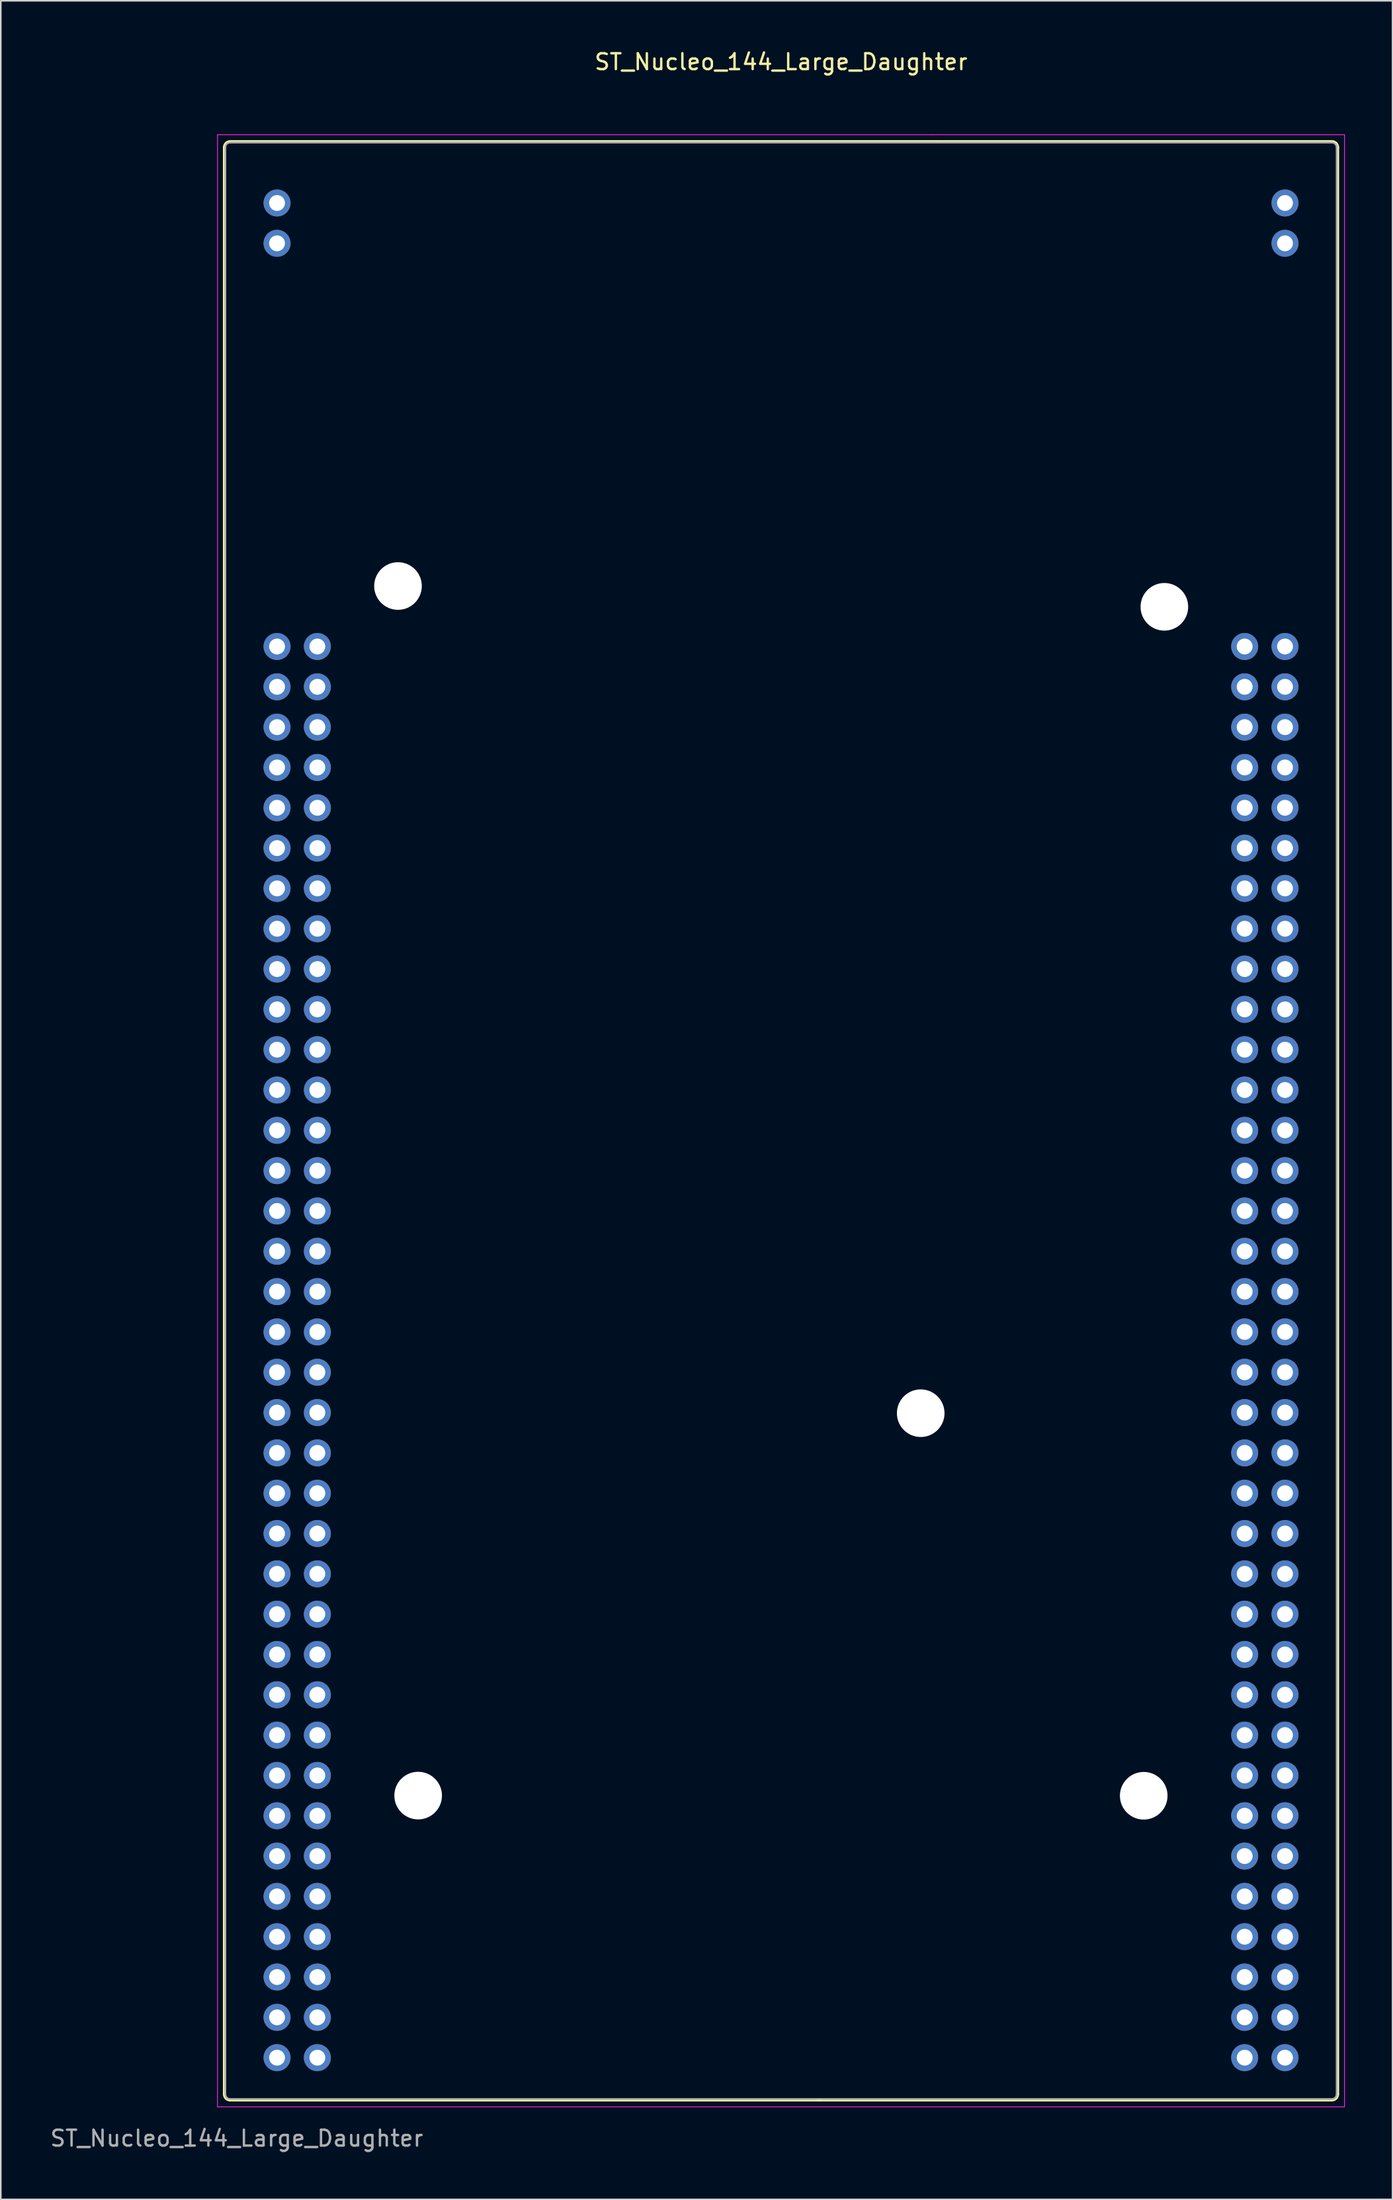
<source format=kicad_pcb>
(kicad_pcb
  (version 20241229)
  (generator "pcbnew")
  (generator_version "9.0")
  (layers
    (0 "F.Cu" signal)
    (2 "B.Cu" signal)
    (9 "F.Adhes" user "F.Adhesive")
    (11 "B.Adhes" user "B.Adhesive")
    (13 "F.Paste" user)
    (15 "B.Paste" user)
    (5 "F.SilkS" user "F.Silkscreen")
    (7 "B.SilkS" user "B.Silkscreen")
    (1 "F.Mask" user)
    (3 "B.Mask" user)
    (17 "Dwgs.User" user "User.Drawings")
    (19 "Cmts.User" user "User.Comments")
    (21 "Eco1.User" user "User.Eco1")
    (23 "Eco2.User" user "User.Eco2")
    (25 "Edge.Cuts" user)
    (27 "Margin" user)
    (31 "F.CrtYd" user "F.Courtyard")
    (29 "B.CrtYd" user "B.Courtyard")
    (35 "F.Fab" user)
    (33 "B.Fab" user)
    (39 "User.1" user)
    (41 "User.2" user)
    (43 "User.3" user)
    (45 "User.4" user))
  (footprint "ST_Nucleo_144_Large_Daughter"
    (layer "F.Cu")
    (at 14.403 37.678)
    (property "Reference" "ST_Nucleo_144_Large_Daughter" (at 31.75 -36.83 0) (layer "F.SilkS") (effects (font (size 1 1) (thickness 0.15))))
    (attr through_hole)
    (fp_line (start -3.35 -31.44) (end -3.35 91.2) (stroke (width 0.12) (type solid)) (layer "F.SilkS"))
    (fp_line (start 34.051 91.6) (end 66.45 91.6) (stroke (width 0.12) (type solid)) (layer "F.SilkS"))
    (fp_line (start 34.29 91.6) (end -2.95 91.6) (stroke (width 0.12) (type solid)) (layer "F.SilkS"))
    (fp_line (start 41.64 -31.84) (end -2.95 -31.84) (stroke (width 0.12) (type solid)) (layer "F.SilkS"))
    (fp_line (start 41.656 -31.84) (end 66.45 -31.84) (stroke (width 0.12) (type solid)) (layer "F.SilkS"))
    (fp_line (start 66.85 91.2) (end 66.85 -31.44) (stroke (width 0.12) (type solid)) (layer "F.SilkS"))
    (fp_arc (start -3.35 -31.44) (mid -3.232843 -31.722843) (end -2.95 -31.84) (stroke (width 0.12) (type solid)) (layer "F.SilkS"))
    (fp_arc (start -2.95 91.6) (mid -3.232843 91.482843) (end -3.35 91.2) (stroke (width 0.12) (type solid)) (layer "F.SilkS"))
    (fp_arc (start 66.45 -31.84) (mid 66.732843 -31.722843) (end 66.85 -31.44) (stroke (width 0.12) (type solid)) (layer "F.SilkS"))
    (fp_arc (start 66.85 91.2) (mid 66.732843 91.482843) (end 66.45 91.6) (stroke (width 0.12) (type solid)) (layer "F.SilkS"))
    (fp_line (start -3.75 -32.24) (end -3.75 92) (stroke (width 0.05) (type solid)) (layer "F.CrtYd"))
    (fp_line (start -3.75 92) (end 67.237 92) (stroke (width 0.05) (type solid)) (layer "F.CrtYd"))
    (fp_line (start 41.25 -32.24) (end 67.25 -32.24) (stroke (width 0.05) (type solid)) (layer "F.CrtYd"))
    (fp_line (start 41.25 -32.24) (end -3.75 -32.24) (stroke (width 0.05) (type solid)) (layer "F.CrtYd"))
    (fp_line (start 67.25 92) (end 67.25 -32.24) (stroke (width 0.05) (type solid)) (layer "F.CrtYd"))
    (fp_line (start -3.25 91.2) (end -3.25 -31.44) (stroke (width 0.1) (type solid)) (layer "F.Fab"))
    (fp_line (start 66.45 -31.74) (end -2.95 -31.74) (stroke (width 0.1) (type solid)) (layer "F.Fab"))
    (fp_line (start 66.45 91.5) (end -2.95 91.5) (stroke (width 0.1) (type solid)) (layer "F.Fab"))
    (fp_line (start 66.75 91.2) (end 66.75 -31.44) (stroke (width 0.1) (type solid)) (layer "F.Fab"))
    (fp_arc (start -3.25 -31.44) (mid -3.162132 -31.652132) (end -2.95 -31.74) (stroke (width 0.1) (type solid)) (layer "F.Fab"))
    (fp_arc (start -2.95 91.5) (mid -3.162132 91.412132) (end -3.25 91.2) (stroke (width 0.1) (type solid)) (layer "F.Fab"))
    (fp_arc (start 66.45 -31.74) (mid 66.662132 -31.652132) (end 66.75 -31.44) (stroke (width 0.1) (type solid)) (layer "F.Fab"))
    (fp_arc (start 66.75 91.2) (mid 66.662132 91.412132) (end 66.45 91.5) (stroke (width 0.1) (type solid)) (layer "F.Fab"))
    (fp_text user "${REFERENCE}" (at -2.54 93.98 0) (layer "F.Fab") (effects (font (size 1 1) (thickness 0.15))))
    (pad "" np_thru_hole circle (at 7.62 -3.81) (size 3 3) (drill 3) (layers "*.Cu" "*.Mask"))
    (pad "" np_thru_hole circle (at 8.89 72.39) (size 3 3) (drill 3) (layers "*.Cu" "*.Mask"))
    (pad "" np_thru_hole circle (at 40.55 48.3) (size 3 3) (drill 3) (layers "*.Cu" "*.Mask"))
    (pad "" np_thru_hole circle (at 54.6 72.4) (size 3 3) (drill 3) (layers "*.Cu" "*.Mask"))
    (pad "" np_thru_hole circle (at 55.9 -2.5) (size 3 3) (drill 3) (layers "*.Cu" "*.Mask"))
    (pad "1" thru_hole circle (at 0 0) (size 1.7 1.7) (drill 1) (layers "*.Cu" "*.Mask"))
    (pad "2" thru_hole circle (at 2.54 0) (size 1.7 1.7) (drill 1) (layers "*.Cu" "*.Mask"))
    (pad "3" thru_hole circle (at 0 2.54) (size 1.7 1.7) (drill 1) (layers "*.Cu" "*.Mask"))
    (pad "4" thru_hole circle (at 2.54 2.54) (size 1.7 1.7) (drill 1) (layers "*.Cu" "*.Mask"))
    (pad "5" thru_hole circle (at 0 5.08) (size 1.7 1.7) (drill 1) (layers "*.Cu" "*.Mask"))
    (pad "6" thru_hole circle (at 2.54 5.08) (size 1.7 1.7) (drill 1) (layers "*.Cu" "*.Mask"))
    (pad "7" thru_hole circle (at 0 7.62) (size 1.7 1.7) (drill 1) (layers "*.Cu" "*.Mask"))
    (pad "8" thru_hole circle (at 2.54 7.62) (size 1.7 1.7) (drill 1) (layers "*.Cu" "*.Mask"))
    (pad "9" thru_hole circle (at 0 10.16) (size 1.7 1.7) (drill 1) (layers "*.Cu" "*.Mask"))
    (pad "10" thru_hole circle (at 2.54 10.16) (size 1.7 1.7) (drill 1) (layers "*.Cu" "*.Mask"))
    (pad "11" thru_hole circle (at 0 12.7) (size 1.7 1.7) (drill 1) (layers "*.Cu" "*.Mask"))
    (pad "12" thru_hole circle (at 2.54 12.7) (size 1.7 1.7) (drill 1) (layers "*.Cu" "*.Mask"))
    (pad "13" thru_hole circle (at 0 15.24) (size 1.7 1.7) (drill 1) (layers "*.Cu" "*.Mask"))
    (pad "14" thru_hole circle (at 2.54 15.24) (size 1.7 1.7) (drill 1) (layers "*.Cu" "*.Mask"))
    (pad "15" thru_hole circle (at 0 17.78) (size 1.7 1.7) (drill 1) (layers "*.Cu" "*.Mask"))
    (pad "16" thru_hole circle (at 2.54 17.78) (size 1.7 1.7) (drill 1) (layers "*.Cu" "*.Mask"))
    (pad "17" thru_hole circle (at 0 20.32) (size 1.7 1.7) (drill 1) (layers "*.Cu" "*.Mask"))
    (pad "18" thru_hole circle (at 2.54 20.32) (size 1.7 1.7) (drill 1) (layers "*.Cu" "*.Mask"))
    (pad "19" thru_hole circle (at 0 22.86) (size 1.7 1.7) (drill 1) (layers "*.Cu" "*.Mask"))
    (pad "20" thru_hole circle (at 2.54 22.86) (size 1.7 1.7) (drill 1) (layers "*.Cu" "*.Mask"))
    (pad "21" thru_hole circle (at 0 25.4) (size 1.7 1.7) (drill 1) (layers "*.Cu" "*.Mask"))
    (pad "22" thru_hole circle (at 2.54 25.4) (size 1.7 1.7) (drill 1) (layers "*.Cu" "*.Mask"))
    (pad "23" thru_hole circle (at 0 27.94) (size 1.7 1.7) (drill 1) (layers "*.Cu" "*.Mask"))
    (pad "24" thru_hole circle (at 2.54 27.94) (size 1.7 1.7) (drill 1) (layers "*.Cu" "*.Mask"))
    (pad "25" thru_hole circle (at 0 30.48) (size 1.7 1.7) (drill 1) (layers "*.Cu" "*.Mask"))
    (pad "26" thru_hole circle (at 2.54 30.48) (size 1.7 1.7) (drill 1) (layers "*.Cu" "*.Mask"))
    (pad "27" thru_hole circle (at 0 33.02) (size 1.7 1.7) (drill 1) (layers "*.Cu" "*.Mask"))
    (pad "28" thru_hole circle (at 2.54 33.02) (size 1.7 1.7) (drill 1) (layers "*.Cu" "*.Mask"))
    (pad "29" thru_hole circle (at 0 35.56) (size 1.7 1.7) (drill 1) (layers "*.Cu" "*.Mask"))
    (pad "30" thru_hole circle (at 2.54 35.56) (size 1.7 1.7) (drill 1) (layers "*.Cu" "*.Mask"))
    (pad "31" thru_hole circle (at 0 38.1) (size 1.7 1.7) (drill 1) (layers "*.Cu" "*.Mask"))
    (pad "32" thru_hole circle (at 2.54 38.1) (size 1.7 1.7) (drill 1) (layers "*.Cu" "*.Mask"))
    (pad "33" thru_hole circle (at 0 40.64) (size 1.7 1.7) (drill 1) (layers "*.Cu" "*.Mask"))
    (pad "34" thru_hole circle (at 2.54 40.64) (size 1.7 1.7) (drill 1) (layers "*.Cu" "*.Mask"))
    (pad "35" thru_hole circle (at 0 43.18) (size 1.7 1.7) (drill 1) (layers "*.Cu" "*.Mask"))
    (pad "36" thru_hole circle (at 2.54 43.18) (size 1.7 1.7) (drill 1) (layers "*.Cu" "*.Mask"))
    (pad "37" thru_hole circle (at 0 45.72) (size 1.7 1.7) (drill 1) (layers "*.Cu" "*.Mask"))
    (pad "38" thru_hole circle (at 2.54 45.72) (size 1.7 1.7) (drill 1) (layers "*.Cu" "*.Mask"))
    (pad "39" thru_hole circle (at 0 48.26) (size 1.7 1.7) (drill 1) (layers "*.Cu" "*.Mask"))
    (pad "40" thru_hole circle (at 2.54 48.26) (size 1.7 1.7) (drill 1) (layers "*.Cu" "*.Mask"))
    (pad "41" thru_hole circle (at 0 50.8) (size 1.7 1.7) (drill 1) (layers "*.Cu" "*.Mask"))
    (pad "42" thru_hole circle (at 2.54 50.8) (size 1.7 1.7) (drill 1) (layers "*.Cu" "*.Mask"))
    (pad "43" thru_hole circle (at 0 53.34) (size 1.7 1.7) (drill 1) (layers "*.Cu" "*.Mask"))
    (pad "44" thru_hole circle (at 2.54 53.34) (size 1.7 1.7) (drill 1) (layers "*.Cu" "*.Mask"))
    (pad "45" thru_hole circle (at 0 55.88) (size 1.7 1.7) (drill 1) (layers "*.Cu" "*.Mask"))
    (pad "46" thru_hole circle (at 2.54 55.88) (size 1.7 1.7) (drill 1) (layers "*.Cu" "*.Mask"))
    (pad "47" thru_hole circle (at 0 58.42) (size 1.7 1.7) (drill 1) (layers "*.Cu" "*.Mask"))
    (pad "48" thru_hole circle (at 2.54 58.42) (size 1.7 1.7) (drill 1) (layers "*.Cu" "*.Mask"))
    (pad "49" thru_hole circle (at 0 60.96) (size 1.7 1.7) (drill 1) (layers "*.Cu" "*.Mask"))
    (pad "50" thru_hole circle (at 2.54 60.96) (size 1.7 1.7) (drill 1) (layers "*.Cu" "*.Mask"))
    (pad "51" thru_hole circle (at 0 63.5) (size 1.7 1.7) (drill 1) (layers "*.Cu" "*.Mask"))
    (pad "52" thru_hole circle (at 2.54 63.5) (size 1.7 1.7) (drill 1) (layers "*.Cu" "*.Mask"))
    (pad "53" thru_hole circle (at 0 66.04) (size 1.7 1.7) (drill 1) (layers "*.Cu" "*.Mask"))
    (pad "54" thru_hole circle (at 2.54 66.04) (size 1.7 1.7) (drill 1) (layers "*.Cu" "*.Mask"))
    (pad "55" thru_hole circle (at 0 68.58) (size 1.7 1.7) (drill 1) (layers "*.Cu" "*.Mask"))
    (pad "56" thru_hole circle (at 2.54 68.58) (size 1.7 1.7) (drill 1) (layers "*.Cu" "*.Mask"))
    (pad "57" thru_hole circle (at 0 71.12) (size 1.7 1.7) (drill 1) (layers "*.Cu" "*.Mask"))
    (pad "58" thru_hole circle (at 2.54 71.12) (size 1.7 1.7) (drill 1) (layers "*.Cu" "*.Mask"))
    (pad "59" thru_hole circle (at 0 73.66) (size 1.7 1.7) (drill 1) (layers "*.Cu" "*.Mask"))
    (pad "60" thru_hole circle (at 2.54 73.66) (size 1.7 1.7) (drill 1) (layers "*.Cu" "*.Mask"))
    (pad "61" thru_hole circle (at 0 76.2) (size 1.7 1.7) (drill 1) (layers "*.Cu" "*.Mask"))
    (pad "62" thru_hole circle (at 2.54 76.2) (size 1.7 1.7) (drill 1) (layers "*.Cu" "*.Mask"))
    (pad "63" thru_hole circle (at 0 78.74) (size 1.7 1.7) (drill 1) (layers "*.Cu" "*.Mask"))
    (pad "64" thru_hole circle (at 2.54 78.74) (size 1.7 1.7) (drill 1) (layers "*.Cu" "*.Mask"))
    (pad "65" thru_hole circle (at 0 81.28) (size 1.7 1.7) (drill 1) (layers "*.Cu" "*.Mask"))
    (pad "66" thru_hole circle (at 2.54 81.28) (size 1.7 1.7) (drill 1) (layers "*.Cu" "*.Mask"))
    (pad "67" thru_hole circle (at 0 83.82) (size 1.7 1.7) (drill 1) (layers "*.Cu" "*.Mask"))
    (pad "68" thru_hole circle (at 2.54 83.82) (size 1.7 1.7) (drill 1) (layers "*.Cu" "*.Mask"))
    (pad "69" thru_hole circle (at 0 86.36) (size 1.7 1.7) (drill 1) (layers "*.Cu" "*.Mask"))
    (pad "70" thru_hole circle (at 2.54 86.36) (size 1.7 1.7) (drill 1) (layers "*.Cu" "*.Mask"))
    (pad "71" thru_hole circle (at 0 88.9) (size 1.7 1.7) (drill 1) (layers "*.Cu" "*.Mask"))
    (pad "72" thru_hole circle (at 2.54 88.9) (size 1.7 1.7) (drill 1) (layers "*.Cu" "*.Mask"))
    (pad "73" thru_hole circle (at 60.96 0) (size 1.7 1.7) (drill 1) (layers "*.Cu" "*.Mask"))
    (pad "74" thru_hole circle (at 63.5 0) (size 1.7 1.7) (drill 1) (layers "*.Cu" "*.Mask"))
    (pad "75" thru_hole circle (at 60.96 2.54) (size 1.7 1.7) (drill 1) (layers "*.Cu" "*.Mask"))
    (pad "76" thru_hole circle (at 63.5 2.54) (size 1.7 1.7) (drill 1) (layers "*.Cu" "*.Mask"))
    (pad "77" thru_hole circle (at 60.96 5.08) (size 1.7 1.7) (drill 1) (layers "*.Cu" "*.Mask"))
    (pad "78" thru_hole circle (at 63.5 5.08) (size 1.7 1.7) (drill 1) (layers "*.Cu" "*.Mask"))
    (pad "79" thru_hole circle (at 60.96 7.62) (size 1.7 1.7) (drill 1) (layers "*.Cu" "*.Mask"))
    (pad "80" thru_hole circle (at 63.5 7.62) (size 1.7 1.7) (drill 1) (layers "*.Cu" "*.Mask"))
    (pad "81" thru_hole circle (at 60.96 10.16) (size 1.7 1.7) (drill 1) (layers "*.Cu" "*.Mask"))
    (pad "82" thru_hole circle (at 63.5 10.16) (size 1.7 1.7) (drill 1) (layers "*.Cu" "*.Mask"))
    (pad "83" thru_hole circle (at 60.96 12.7) (size 1.7 1.7) (drill 1) (layers "*.Cu" "*.Mask"))
    (pad "84" thru_hole circle (at 63.5 12.7) (size 1.7 1.7) (drill 1) (layers "*.Cu" "*.Mask"))
    (pad "85" thru_hole circle (at 60.96 15.24) (size 1.7 1.7) (drill 1) (layers "*.Cu" "*.Mask"))
    (pad "86" thru_hole circle (at 63.5 15.24) (size 1.7 1.7) (drill 1) (layers "*.Cu" "*.Mask"))
    (pad "87" thru_hole circle (at 60.96 17.78) (size 1.7 1.7) (drill 1) (layers "*.Cu" "*.Mask"))
    (pad "88" thru_hole circle (at 63.5 17.78) (size 1.7 1.7) (drill 1) (layers "*.Cu" "*.Mask"))
    (pad "89" thru_hole circle (at 60.96 20.32) (size 1.7 1.7) (drill 1) (layers "*.Cu" "*.Mask"))
    (pad "90" thru_hole circle (at 63.5 20.32) (size 1.7 1.7) (drill 1) (layers "*.Cu" "*.Mask"))
    (pad "91" thru_hole circle (at 60.96 22.86) (size 1.7 1.7) (drill 1) (layers "*.Cu" "*.Mask"))
    (pad "92" thru_hole circle (at 63.5 22.86) (size 1.7 1.7) (drill 1) (layers "*.Cu" "*.Mask"))
    (pad "93" thru_hole circle (at 60.96 25.4) (size 1.7 1.7) (drill 1) (layers "*.Cu" "*.Mask"))
    (pad "94" thru_hole circle (at 63.5 25.4) (size 1.7 1.7) (drill 1) (layers "*.Cu" "*.Mask"))
    (pad "95" thru_hole circle (at 60.96 27.94) (size 1.7 1.7) (drill 1) (layers "*.Cu" "*.Mask"))
    (pad "96" thru_hole circle (at 63.5 27.94) (size 1.7 1.7) (drill 1) (layers "*.Cu" "*.Mask"))
    (pad "97" thru_hole circle (at 60.96 30.48) (size 1.7 1.7) (drill 1) (layers "*.Cu" "*.Mask"))
    (pad "98" thru_hole circle (at 63.5 30.48) (size 1.7 1.7) (drill 1) (layers "*.Cu" "*.Mask"))
    (pad "99" thru_hole circle (at 60.96 33.02) (size 1.7 1.7) (drill 1) (layers "*.Cu" "*.Mask"))
    (pad "100" thru_hole circle (at 63.5 33.02) (size 1.7 1.7) (drill 1) (layers "*.Cu" "*.Mask"))
    (pad "101" thru_hole circle (at 60.96 35.56) (size 1.7 1.7) (drill 1) (layers "*.Cu" "*.Mask"))
    (pad "102" thru_hole circle (at 63.5 35.56) (size 1.7 1.7) (drill 1) (layers "*.Cu" "*.Mask"))
    (pad "103" thru_hole circle (at 60.96 38.1) (size 1.7 1.7) (drill 1) (layers "*.Cu" "*.Mask"))
    (pad "104" thru_hole circle (at 63.5 38.1) (size 1.7 1.7) (drill 1) (layers "*.Cu" "*.Mask"))
    (pad "105" thru_hole circle (at 60.96 40.64) (size 1.7 1.7) (drill 1) (layers "*.Cu" "*.Mask"))
    (pad "106" thru_hole circle (at 63.5 40.64) (size 1.7 1.7) (drill 1) (layers "*.Cu" "*.Mask"))
    (pad "107" thru_hole circle (at 60.96 43.18) (size 1.7 1.7) (drill 1) (layers "*.Cu" "*.Mask"))
    (pad "108" thru_hole circle (at 63.5 43.18) (size 1.7 1.7) (drill 1) (layers "*.Cu" "*.Mask"))
    (pad "109" thru_hole circle (at 60.96 45.72) (size 1.7 1.7) (drill 1) (layers "*.Cu" "*.Mask"))
    (pad "110" thru_hole circle (at 63.5 45.72) (size 1.7 1.7) (drill 1) (layers "*.Cu" "*.Mask"))
    (pad "111" thru_hole circle (at 60.96 48.26) (size 1.7 1.7) (drill 1) (layers "*.Cu" "*.Mask"))
    (pad "112" thru_hole circle (at 63.5 48.26) (size 1.7 1.7) (drill 1) (layers "*.Cu" "*.Mask"))
    (pad "113" thru_hole circle (at 60.96 50.8) (size 1.7 1.7) (drill 1) (layers "*.Cu" "*.Mask"))
    (pad "114" thru_hole circle (at 63.5 50.8) (size 1.7 1.7) (drill 1) (layers "*.Cu" "*.Mask"))
    (pad "115" thru_hole circle (at 60.96 53.34) (size 1.7 1.7) (drill 1) (layers "*.Cu" "*.Mask"))
    (pad "116" thru_hole circle (at 63.5 53.34) (size 1.7 1.7) (drill 1) (layers "*.Cu" "*.Mask"))
    (pad "117" thru_hole circle (at 60.96 55.88) (size 1.7 1.7) (drill 1) (layers "*.Cu" "*.Mask"))
    (pad "118" thru_hole circle (at 63.5 55.88) (size 1.7 1.7) (drill 1) (layers "*.Cu" "*.Mask"))
    (pad "119" thru_hole circle (at 60.96 58.42) (size 1.7 1.7) (drill 1) (layers "*.Cu" "*.Mask"))
    (pad "120" thru_hole circle (at 63.5 58.42) (size 1.7 1.7) (drill 1) (layers "*.Cu" "*.Mask"))
    (pad "121" thru_hole circle (at 60.96 60.96) (size 1.7 1.7) (drill 1) (layers "*.Cu" "*.Mask"))
    (pad "122" thru_hole circle (at 63.5 60.96) (size 1.7 1.7) (drill 1) (layers "*.Cu" "*.Mask"))
    (pad "123" thru_hole circle (at 60.96 63.5) (size 1.7 1.7) (drill 1) (layers "*.Cu" "*.Mask"))
    (pad "124" thru_hole circle (at 63.5 63.5) (size 1.7 1.7) (drill 1) (layers "*.Cu" "*.Mask"))
    (pad "125" thru_hole circle (at 60.96 66.04) (size 1.7 1.7) (drill 1) (layers "*.Cu" "*.Mask"))
    (pad "126" thru_hole circle (at 63.5 66.04) (size 1.7 1.7) (drill 1) (layers "*.Cu" "*.Mask"))
    (pad "127" thru_hole circle (at 60.96 68.58) (size 1.7 1.7) (drill 1) (layers "*.Cu" "*.Mask"))
    (pad "128" thru_hole circle (at 63.5 68.58) (size 1.7 1.7) (drill 1) (layers "*.Cu" "*.Mask"))
    (pad "129" thru_hole circle (at 60.96 71.12) (size 1.7 1.7) (drill 1) (layers "*.Cu" "*.Mask"))
    (pad "130" thru_hole circle (at 63.5 71.12) (size 1.7 1.7) (drill 1) (layers "*.Cu" "*.Mask"))
    (pad "131" thru_hole circle (at 60.96 73.66) (size 1.7 1.7) (drill 1) (layers "*.Cu" "*.Mask"))
    (pad "132" thru_hole circle (at 63.5 73.66) (size 1.7 1.7) (drill 1) (layers "*.Cu" "*.Mask"))
    (pad "133" thru_hole circle (at 60.96 76.2) (size 1.7 1.7) (drill 1) (layers "*.Cu" "*.Mask"))
    (pad "134" thru_hole circle (at 63.5 76.2) (size 1.7 1.7) (drill 1) (layers "*.Cu" "*.Mask"))
    (pad "135" thru_hole circle (at 60.96 78.74) (size 1.7 1.7) (drill 1) (layers "*.Cu" "*.Mask"))
    (pad "136" thru_hole circle (at 63.5 78.74) (size 1.7 1.7) (drill 1) (layers "*.Cu" "*.Mask"))
    (pad "137" thru_hole circle (at 60.96 81.28) (size 1.7 1.7) (drill 1) (layers "*.Cu" "*.Mask"))
    (pad "138" thru_hole circle (at 63.5 81.28) (size 1.7 1.7) (drill 1) (layers "*.Cu" "*.Mask"))
    (pad "139" thru_hole circle (at 60.96 83.82) (size 1.7 1.7) (drill 1) (layers "*.Cu" "*.Mask"))
    (pad "140" thru_hole circle (at 63.5 83.82) (size 1.7 1.7) (drill 1) (layers "*.Cu" "*.Mask"))
    (pad "141" thru_hole circle (at 60.96 86.36) (size 1.7 1.7) (drill 1) (layers "*.Cu" "*.Mask"))
    (pad "142" thru_hole circle (at 63.5 86.36) (size 1.7 1.7) (drill 1) (layers "*.Cu" "*.Mask"))
    (pad "143" thru_hole circle (at 60.96 88.9) (size 1.7 1.7) (drill 1) (layers "*.Cu" "*.Mask"))
    (pad "144" thru_hole circle (at 63.5 88.9) (size 1.7 1.7) (drill 1) (layers "*.Cu" "*.Mask"))
    (pad "145" thru_hole circle (at 0 -27.94) (size 1.7 1.7) (drill 1) (layers "*.Cu" "*.Mask"))
    (pad "146" thru_hole circle (at 0 -25.4) (size 1.7 1.7) (drill 1) (layers "*.Cu" "*.Mask"))
    (pad "147" thru_hole circle (at 63.5 -27.94) (size 1.7 1.7) (drill 1) (layers "*.Cu" "*.Mask"))
    (pad "148" thru_hole circle (at 63.5 -25.4) (size 1.7 1.7) (drill 1) (layers "*.Cu" "*.Mask")))
  (gr_rect
    (start -3 -3)
    (end 84.678 135.506)
    (stroke (width 0.1) (type default))
    (fill no)
    (layer "Edge.Cuts")))
</source>
